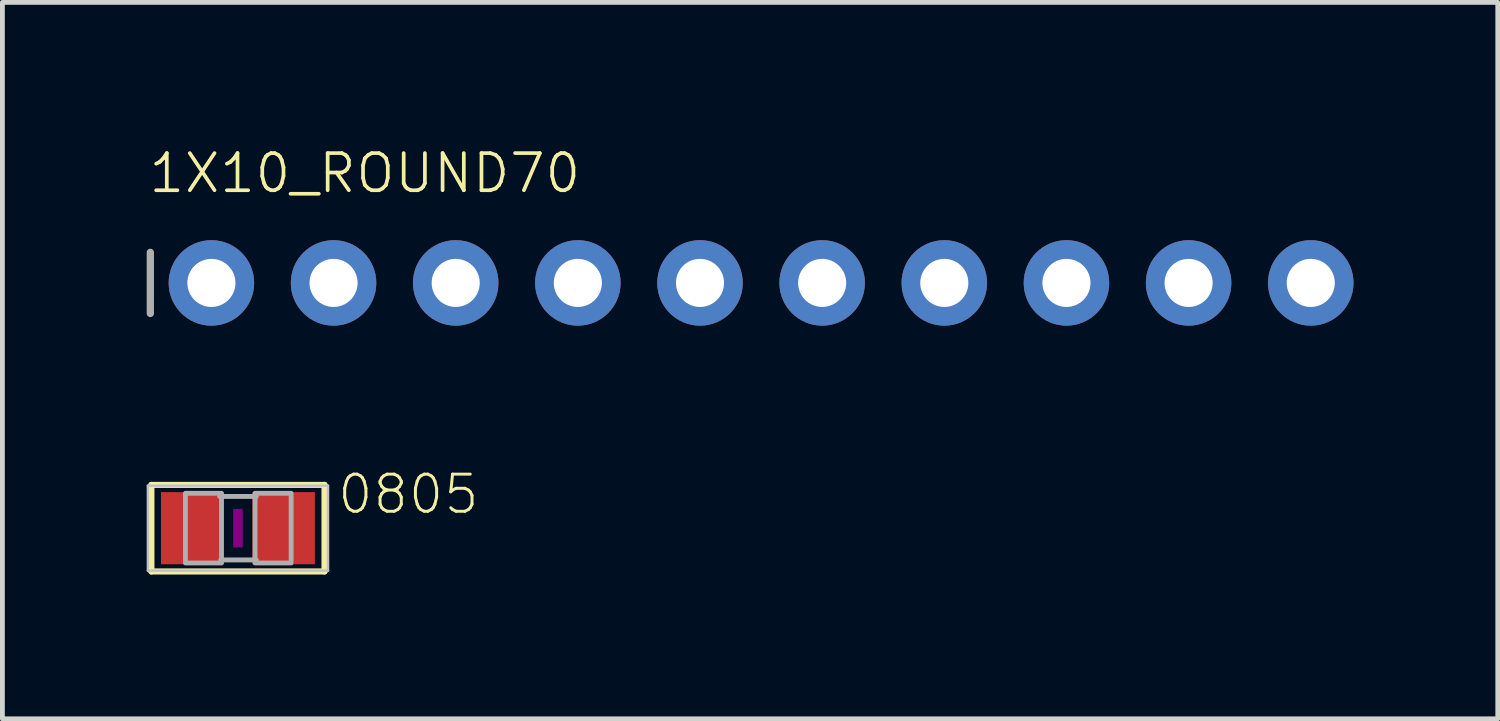
<source format=kicad_pcb>
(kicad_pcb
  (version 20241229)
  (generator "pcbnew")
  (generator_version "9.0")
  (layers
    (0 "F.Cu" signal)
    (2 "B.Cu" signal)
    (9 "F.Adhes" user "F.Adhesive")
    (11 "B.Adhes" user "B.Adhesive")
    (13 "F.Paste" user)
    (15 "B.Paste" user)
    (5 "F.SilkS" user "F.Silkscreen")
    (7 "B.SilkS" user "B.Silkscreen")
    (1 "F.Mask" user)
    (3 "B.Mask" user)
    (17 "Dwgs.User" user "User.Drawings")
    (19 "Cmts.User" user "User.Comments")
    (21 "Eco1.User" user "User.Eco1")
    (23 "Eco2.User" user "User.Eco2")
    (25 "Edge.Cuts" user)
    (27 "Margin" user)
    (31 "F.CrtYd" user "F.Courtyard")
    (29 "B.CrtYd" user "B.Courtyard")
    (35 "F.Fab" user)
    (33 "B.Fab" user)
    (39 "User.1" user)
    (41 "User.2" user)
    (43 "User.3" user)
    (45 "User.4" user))
  (footprint "0805"
    (layer "F.Cu")
    (at 1.898 7.933)
    (property "Reference" "0805" (at 2.032 -0.254 0) (layer "F.SilkS") (effects (font (size 0.772 0.772) (thickness 0.062)) (justify left bottom)))
    (attr through_hole)
    (fp_line (start -1.8 -0.9) (end 1.8 -0.9) (stroke (width 0.127) (type solid)) (layer "F.SilkS"))
    (fp_line (start -1.8 0.9) (end -1.8 -0.9) (stroke (width 0.127) (type solid)) (layer "F.SilkS"))
    (fp_line (start 1.8 -0.9) (end 1.8 0.9) (stroke (width 0.127) (type solid)) (layer "F.SilkS"))
    (fp_line (start 1.8 0.9) (end -1.8 0.9) (stroke (width 0.127) (type solid)) (layer "F.SilkS"))
    (fp_poly (pts (xy -0.1 0.4) (xy 0.1 0.4) (xy 0.1 -0.4) (xy -0.1 -0.4)) (stroke (width 0) (type solid)) (fill yes) (layer "F.Adhes"))
    (fp_line (start -1.873 -0.883) (end 1.873 -0.883) (stroke (width 0.051) (type solid)) (layer "Dwgs.User"))
    (fp_line (start -1.873 0.883) (end -1.873 -0.883) (stroke (width 0.051) (type solid)) (layer "Dwgs.User"))
    (fp_line (start 1.873 -0.883) (end 1.873 0.883) (stroke (width 0.051) (type solid)) (layer "Dwgs.User"))
    (fp_line (start 1.873 0.883) (end -1.873 0.883) (stroke (width 0.051) (type solid)) (layer "Dwgs.User"))
    (fp_line (start -0.381 -0.66) (end 0.381 -0.66) (stroke (width 0.102) (type solid)) (layer "F.Fab"))
    (fp_line (start -0.356 0.66) (end 0.381 0.66) (stroke (width 0.102) (type solid)) (layer "F.Fab"))
    (fp_poly (pts (xy -1.092 0.724) (xy -0.342 0.724) (xy -0.342 -0.726) (xy -1.092 -0.726)) (stroke (width 0.1) (type solid)) (fill no) (layer "F.Fab"))
    (fp_poly (pts (xy 0.356 0.724) (xy 1.106 0.724) (xy 1.106 -0.726) (xy 0.356 -0.726)) (stroke (width 0.1) (type solid)) (fill no) (layer "F.Fab"))
    (pad "1" smd rect (at -0.95 0) (size 1.3 1.5) (layers "F.Cu" "F.Mask" "F.Paste"))
    (pad "2" smd rect (at 0.95 0) (size 1.3 1.5) (layers "F.Cu" "F.Mask" "F.Paste")))
  (footprint "1X10_ROUND70"
    (layer "F.Cu")
    (at 12.776 2.833)
    (property "Reference" "1X10_ROUND70" (at -12.776 -1.829 180) (layer "F.SilkS") (effects (font (size 0.772 0.772) (thickness 0.077)) (justify left bottom)))
    (attr through_hole)
    (fp_line (start -12.7 -0.635) (end -12.7 0.635) (stroke (width 0.152) (type solid)) (layer "F.Fab"))
    (fp_poly (pts (xy -11.684 0.254) (xy -11.176 0.254) (xy -11.176 -0.254) (xy -11.684 -0.254)) (stroke (width 0.1) (type solid)) (fill no) (layer "F.Fab"))
    (fp_poly (pts (xy -9.144 0.254) (xy -8.636 0.254) (xy -8.636 -0.254) (xy -9.144 -0.254)) (stroke (width 0.1) (type solid)) (fill no) (layer "F.Fab"))
    (fp_poly (pts (xy -6.604 0.254) (xy -6.096 0.254) (xy -6.096 -0.254) (xy -6.604 -0.254)) (stroke (width 0.1) (type solid)) (fill no) (layer "F.Fab"))
    (fp_poly (pts (xy -4.064 0.254) (xy -3.556 0.254) (xy -3.556 -0.254) (xy -4.064 -0.254)) (stroke (width 0.1) (type solid)) (fill no) (layer "F.Fab"))
    (fp_poly (pts (xy -1.524 0.254) (xy -1.016 0.254) (xy -1.016 -0.254) (xy -1.524 -0.254)) (stroke (width 0.1) (type solid)) (fill no) (layer "F.Fab"))
    (fp_poly (pts (xy 1.016 0.254) (xy 1.524 0.254) (xy 1.524 -0.254) (xy 1.016 -0.254)) (stroke (width 0.1) (type solid)) (fill no) (layer "F.Fab"))
    (fp_poly (pts (xy 3.556 0.254) (xy 4.064 0.254) (xy 4.064 -0.254) (xy 3.556 -0.254)) (stroke (width 0.1) (type solid)) (fill no) (layer "F.Fab"))
    (fp_poly (pts (xy 6.096 0.254) (xy 6.604 0.254) (xy 6.604 -0.254) (xy 6.096 -0.254)) (stroke (width 0.1) (type solid)) (fill no) (layer "F.Fab"))
    (fp_poly (pts (xy 8.636 0.254) (xy 9.144 0.254) (xy 9.144 -0.254) (xy 8.636 -0.254)) (stroke (width 0.1) (type solid)) (fill no) (layer "F.Fab"))
    (fp_poly (pts (xy 11.176 0.254) (xy 11.684 0.254) (xy 11.684 -0.254) (xy 11.176 -0.254)) (stroke (width 0.1) (type solid)) (fill no) (layer "F.Fab"))
    (pad "1" thru_hole circle (at -11.43 0 90) (size 1.778 1.778) (drill 1) (layers "*.Cu" "*.Mask"))
    (pad "2" thru_hole circle (at -8.89 0 90) (size 1.778 1.778) (drill 1) (layers "*.Cu" "*.Mask"))
    (pad "3" thru_hole circle (at -6.35 0 90) (size 1.778 1.778) (drill 1) (layers "*.Cu" "*.Mask"))
    (pad "4" thru_hole circle (at -3.81 0 90) (size 1.778 1.778) (drill 1) (layers "*.Cu" "*.Mask"))
    (pad "5" thru_hole circle (at -1.27 0 90) (size 1.778 1.778) (drill 1) (layers "*.Cu" "*.Mask"))
    (pad "6" thru_hole circle (at 1.27 0 90) (size 1.778 1.778) (drill 1) (layers "*.Cu" "*.Mask"))
    (pad "7" thru_hole circle (at 3.81 0 90) (size 1.778 1.778) (drill 1) (layers "*.Cu" "*.Mask"))
    (pad "8" thru_hole circle (at 6.35 0 90) (size 1.778 1.778) (drill 1) (layers "*.Cu" "*.Mask"))
    (pad "9" thru_hole circle (at 8.89 0 90) (size 1.778 1.778) (drill 1) (layers "*.Cu" "*.Mask"))
    (pad "10" thru_hole circle (at 11.43 0 90) (size 1.778 1.778) (drill 1) (layers "*.Cu" "*.Mask")))
  (gr_rect
    (start -3 -3)
    (end 28.095 11.897)
    (stroke (width 0.1) (type default))
    (fill no)
    (layer "Edge.Cuts")))
</source>
